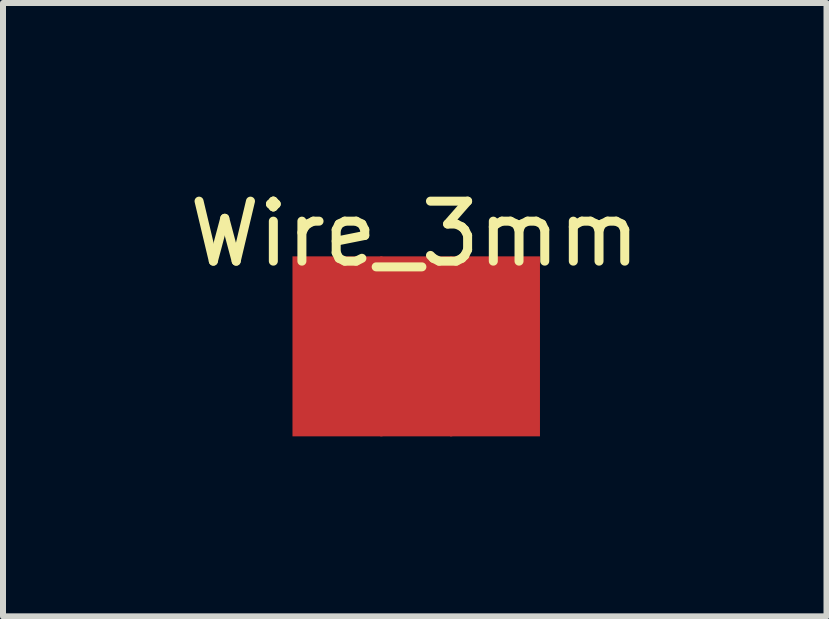
<source format=kicad_pcb>
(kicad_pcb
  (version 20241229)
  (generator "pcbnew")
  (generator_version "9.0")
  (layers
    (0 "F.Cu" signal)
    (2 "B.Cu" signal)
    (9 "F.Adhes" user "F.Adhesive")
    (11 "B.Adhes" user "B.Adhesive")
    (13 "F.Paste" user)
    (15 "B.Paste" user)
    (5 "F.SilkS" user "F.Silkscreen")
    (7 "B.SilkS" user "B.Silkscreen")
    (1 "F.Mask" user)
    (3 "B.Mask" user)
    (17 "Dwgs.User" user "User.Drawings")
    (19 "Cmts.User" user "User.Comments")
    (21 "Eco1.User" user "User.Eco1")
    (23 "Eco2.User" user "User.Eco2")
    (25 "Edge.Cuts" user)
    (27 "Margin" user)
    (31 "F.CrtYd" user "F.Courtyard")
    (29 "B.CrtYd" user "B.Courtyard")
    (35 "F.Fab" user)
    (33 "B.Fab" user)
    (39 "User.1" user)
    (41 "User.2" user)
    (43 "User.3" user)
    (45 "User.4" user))
  (footprint "Wire_3mm"
    (layer "F.Cu")
    (at 3.863 2.648)
    (property "Reference" "Wire_3mm" (at 0 -1.8 0) (layer "F.SilkS") (effects (font (size 1 1) (thickness 0.15))))
    (attr exclude_from_pos_files)
    (fp_poly (pts (xy -0.575 -1.425) (xy 0.625 -1.425) (xy 0.625 1.575) (xy -0.575 1.575)) (stroke (width 0) (type solid)) (fill yes) (layer "F.Cu"))
    (pad "1" smd rect (at -1.288 0.075) (size 1.5 3) (layers "F.Cu"))
    (pad "2" smd rect (at 1.337 0.075) (size 1.5 3) (layers "F.Cu")))
  (gr_rect
    (start -3 -3)
    (end 10.726 7.223)
    (stroke (width 0.1) (type default))
    (fill no)
    (layer "Edge.Cuts")))
</source>
